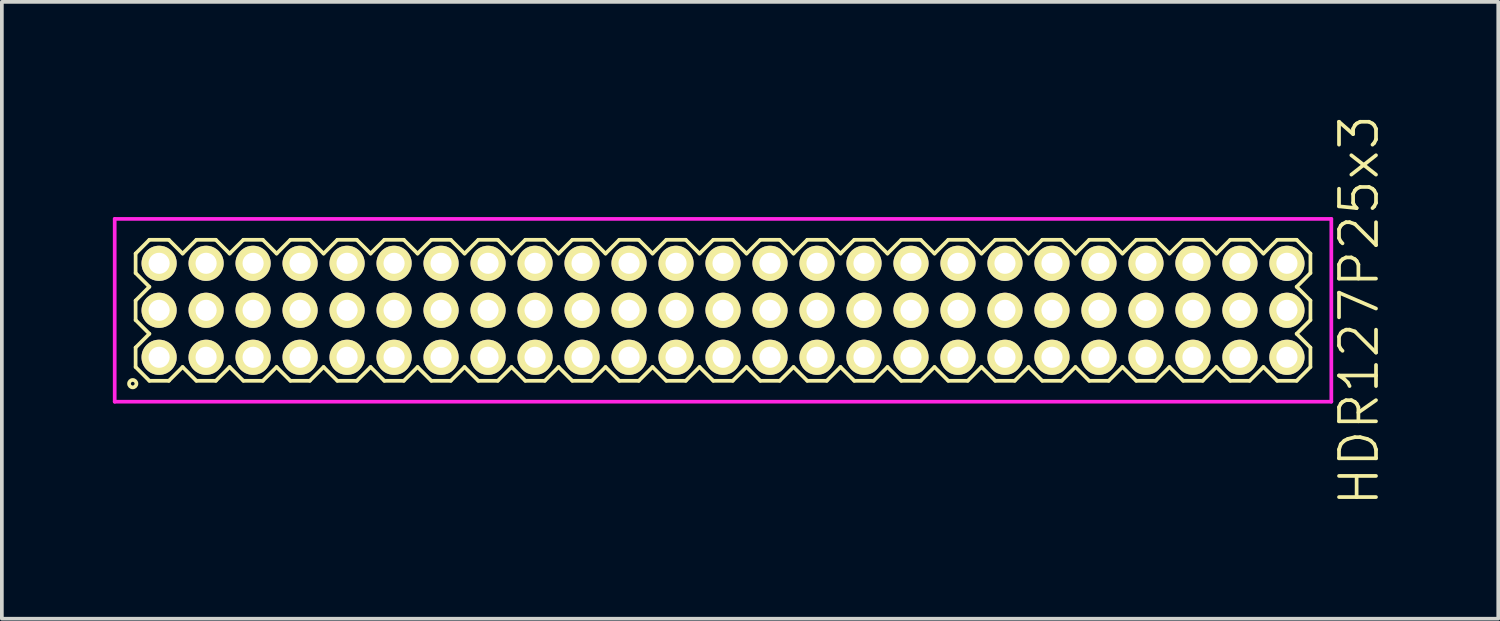
<source format=kicad_pcb>
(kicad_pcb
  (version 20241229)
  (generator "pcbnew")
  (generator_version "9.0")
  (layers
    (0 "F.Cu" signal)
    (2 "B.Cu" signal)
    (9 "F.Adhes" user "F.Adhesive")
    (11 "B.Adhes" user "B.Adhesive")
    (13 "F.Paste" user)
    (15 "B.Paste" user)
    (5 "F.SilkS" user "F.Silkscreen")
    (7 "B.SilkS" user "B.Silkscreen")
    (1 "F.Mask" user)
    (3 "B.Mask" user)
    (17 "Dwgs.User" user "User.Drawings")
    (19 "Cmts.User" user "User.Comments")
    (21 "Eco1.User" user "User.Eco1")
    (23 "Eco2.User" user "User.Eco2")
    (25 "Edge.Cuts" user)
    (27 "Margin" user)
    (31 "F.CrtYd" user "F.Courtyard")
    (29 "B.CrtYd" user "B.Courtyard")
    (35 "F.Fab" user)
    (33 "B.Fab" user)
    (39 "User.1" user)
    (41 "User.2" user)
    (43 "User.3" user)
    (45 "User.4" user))
  (footprint "HDR127P25x3"
    (layer "F.Cu")
    (at 16.49 5.336)
    (property "Reference" "HDR127P25x3" (at 17.19 0 90) (layer "F.SilkS") (effects (font (size 1 1) (thickness 0.1))))
    (attr through_hole)
    (fp_line (start -15.875 -1.533) (end -15.503 -1.905) (stroke (width 0.1) (type solid)) (layer "F.SilkS"))
    (fp_line (start -15.875 -1.007) (end -15.875 -1.533) (stroke (width 0.1) (type solid)) (layer "F.SilkS"))
    (fp_line (start -15.875 -0.263) (end -15.503 -0.635) (stroke (width 0.1) (type solid)) (layer "F.SilkS"))
    (fp_line (start -15.875 0.263) (end -15.875 -0.263) (stroke (width 0.1) (type solid)) (layer "F.SilkS"))
    (fp_line (start -15.875 1.007) (end -15.503 0.635) (stroke (width 0.1) (type solid)) (layer "F.SilkS"))
    (fp_line (start -15.875 1.533) (end -15.875 1.007) (stroke (width 0.1) (type solid)) (layer "F.SilkS"))
    (fp_line (start -15.503 -1.905) (end -14.977 -1.905) (stroke (width 0.1) (type solid)) (layer "F.SilkS"))
    (fp_line (start -15.503 -0.635) (end -15.875 -1.007) (stroke (width 0.1) (type solid)) (layer "F.SilkS"))
    (fp_line (start -15.503 0.635) (end -15.875 0.263) (stroke (width 0.1) (type solid)) (layer "F.SilkS"))
    (fp_line (start -15.503 1.905) (end -15.875 1.533) (stroke (width 0.1) (type solid)) (layer "F.SilkS"))
    (fp_line (start -14.977 -1.905) (end -14.605 -1.533) (stroke (width 0.1) (type solid)) (layer "F.SilkS"))
    (fp_line (start -14.977 1.905) (end -15.503 1.905) (stroke (width 0.1) (type solid)) (layer "F.SilkS"))
    (fp_line (start -14.605 -1.533) (end -14.233 -1.905) (stroke (width 0.1) (type solid)) (layer "F.SilkS"))
    (fp_line (start -14.605 1.533) (end -14.977 1.905) (stroke (width 0.1) (type solid)) (layer "F.SilkS"))
    (fp_line (start -14.233 -1.905) (end -13.707 -1.905) (stroke (width 0.1) (type solid)) (layer "F.SilkS"))
    (fp_line (start -14.233 1.905) (end -14.605 1.533) (stroke (width 0.1) (type solid)) (layer "F.SilkS"))
    (fp_line (start -13.707 -1.905) (end -13.335 -1.533) (stroke (width 0.1) (type solid)) (layer "F.SilkS"))
    (fp_line (start -13.707 1.905) (end -14.233 1.905) (stroke (width 0.1) (type solid)) (layer "F.SilkS"))
    (fp_line (start -13.335 -1.533) (end -12.963 -1.905) (stroke (width 0.1) (type solid)) (layer "F.SilkS"))
    (fp_line (start -13.335 1.533) (end -13.707 1.905) (stroke (width 0.1) (type solid)) (layer "F.SilkS"))
    (fp_line (start -12.963 -1.905) (end -12.437 -1.905) (stroke (width 0.1) (type solid)) (layer "F.SilkS"))
    (fp_line (start -12.963 1.905) (end -13.335 1.533) (stroke (width 0.1) (type solid)) (layer "F.SilkS"))
    (fp_line (start -12.437 -1.905) (end -12.065 -1.533) (stroke (width 0.1) (type solid)) (layer "F.SilkS"))
    (fp_line (start -12.437 1.905) (end -12.963 1.905) (stroke (width 0.1) (type solid)) (layer "F.SilkS"))
    (fp_line (start -12.065 -1.533) (end -11.693 -1.905) (stroke (width 0.1) (type solid)) (layer "F.SilkS"))
    (fp_line (start -12.065 1.533) (end -12.437 1.905) (stroke (width 0.1) (type solid)) (layer "F.SilkS"))
    (fp_line (start -11.693 -1.905) (end -11.167 -1.905) (stroke (width 0.1) (type solid)) (layer "F.SilkS"))
    (fp_line (start -11.693 1.905) (end -12.065 1.533) (stroke (width 0.1) (type solid)) (layer "F.SilkS"))
    (fp_line (start -11.167 -1.905) (end -10.795 -1.533) (stroke (width 0.1) (type solid)) (layer "F.SilkS"))
    (fp_line (start -11.167 1.905) (end -11.693 1.905) (stroke (width 0.1) (type solid)) (layer "F.SilkS"))
    (fp_line (start -10.795 -1.533) (end -10.423 -1.905) (stroke (width 0.1) (type solid)) (layer "F.SilkS"))
    (fp_line (start -10.795 1.533) (end -11.167 1.905) (stroke (width 0.1) (type solid)) (layer "F.SilkS"))
    (fp_line (start -10.423 -1.905) (end -9.897 -1.905) (stroke (width 0.1) (type solid)) (layer "F.SilkS"))
    (fp_line (start -10.423 1.905) (end -10.795 1.533) (stroke (width 0.1) (type solid)) (layer "F.SilkS"))
    (fp_line (start -9.897 -1.905) (end -9.525 -1.533) (stroke (width 0.1) (type solid)) (layer "F.SilkS"))
    (fp_line (start -9.897 1.905) (end -10.423 1.905) (stroke (width 0.1) (type solid)) (layer "F.SilkS"))
    (fp_line (start -9.525 -1.533) (end -9.153 -1.905) (stroke (width 0.1) (type solid)) (layer "F.SilkS"))
    (fp_line (start -9.525 1.533) (end -9.897 1.905) (stroke (width 0.1) (type solid)) (layer "F.SilkS"))
    (fp_line (start -9.153 -1.905) (end -8.627 -1.905) (stroke (width 0.1) (type solid)) (layer "F.SilkS"))
    (fp_line (start -9.153 1.905) (end -9.525 1.533) (stroke (width 0.1) (type solid)) (layer "F.SilkS"))
    (fp_line (start -8.627 -1.905) (end -8.255 -1.533) (stroke (width 0.1) (type solid)) (layer "F.SilkS"))
    (fp_line (start -8.627 1.905) (end -9.153 1.905) (stroke (width 0.1) (type solid)) (layer "F.SilkS"))
    (fp_line (start -8.255 -1.533) (end -7.883 -1.905) (stroke (width 0.1) (type solid)) (layer "F.SilkS"))
    (fp_line (start -8.255 1.533) (end -8.627 1.905) (stroke (width 0.1) (type solid)) (layer "F.SilkS"))
    (fp_line (start -7.883 -1.905) (end -7.357 -1.905) (stroke (width 0.1) (type solid)) (layer "F.SilkS"))
    (fp_line (start -7.883 1.905) (end -8.255 1.533) (stroke (width 0.1) (type solid)) (layer "F.SilkS"))
    (fp_line (start -7.357 -1.905) (end -6.985 -1.533) (stroke (width 0.1) (type solid)) (layer "F.SilkS"))
    (fp_line (start -7.357 1.905) (end -7.883 1.905) (stroke (width 0.1) (type solid)) (layer "F.SilkS"))
    (fp_line (start -6.985 -1.533) (end -6.613 -1.905) (stroke (width 0.1) (type solid)) (layer "F.SilkS"))
    (fp_line (start -6.985 1.533) (end -7.357 1.905) (stroke (width 0.1) (type solid)) (layer "F.SilkS"))
    (fp_line (start -6.613 -1.905) (end -6.087 -1.905) (stroke (width 0.1) (type solid)) (layer "F.SilkS"))
    (fp_line (start -6.613 1.905) (end -6.985 1.533) (stroke (width 0.1) (type solid)) (layer "F.SilkS"))
    (fp_line (start -6.087 -1.905) (end -5.715 -1.533) (stroke (width 0.1) (type solid)) (layer "F.SilkS"))
    (fp_line (start -6.087 1.905) (end -6.613 1.905) (stroke (width 0.1) (type solid)) (layer "F.SilkS"))
    (fp_line (start -5.715 -1.533) (end -5.343 -1.905) (stroke (width 0.1) (type solid)) (layer "F.SilkS"))
    (fp_line (start -5.715 1.533) (end -6.087 1.905) (stroke (width 0.1) (type solid)) (layer "F.SilkS"))
    (fp_line (start -5.343 -1.905) (end -4.817 -1.905) (stroke (width 0.1) (type solid)) (layer "F.SilkS"))
    (fp_line (start -5.343 1.905) (end -5.715 1.533) (stroke (width 0.1) (type solid)) (layer "F.SilkS"))
    (fp_line (start -4.817 -1.905) (end -4.445 -1.533) (stroke (width 0.1) (type solid)) (layer "F.SilkS"))
    (fp_line (start -4.817 1.905) (end -5.343 1.905) (stroke (width 0.1) (type solid)) (layer "F.SilkS"))
    (fp_line (start -4.445 -1.533) (end -4.073 -1.905) (stroke (width 0.1) (type solid)) (layer "F.SilkS"))
    (fp_line (start -4.445 1.533) (end -4.817 1.905) (stroke (width 0.1) (type solid)) (layer "F.SilkS"))
    (fp_line (start -4.073 -1.905) (end -3.547 -1.905) (stroke (width 0.1) (type solid)) (layer "F.SilkS"))
    (fp_line (start -4.073 1.905) (end -4.445 1.533) (stroke (width 0.1) (type solid)) (layer "F.SilkS"))
    (fp_line (start -3.547 -1.905) (end -3.175 -1.533) (stroke (width 0.1) (type solid)) (layer "F.SilkS"))
    (fp_line (start -3.547 1.905) (end -4.073 1.905) (stroke (width 0.1) (type solid)) (layer "F.SilkS"))
    (fp_line (start -3.175 -1.533) (end -2.803 -1.905) (stroke (width 0.1) (type solid)) (layer "F.SilkS"))
    (fp_line (start -3.175 1.533) (end -3.547 1.905) (stroke (width 0.1) (type solid)) (layer "F.SilkS"))
    (fp_line (start -2.803 -1.905) (end -2.277 -1.905) (stroke (width 0.1) (type solid)) (layer "F.SilkS"))
    (fp_line (start -2.803 1.905) (end -3.175 1.533) (stroke (width 0.1) (type solid)) (layer "F.SilkS"))
    (fp_line (start -2.277 -1.905) (end -1.905 -1.533) (stroke (width 0.1) (type solid)) (layer "F.SilkS"))
    (fp_line (start -2.277 1.905) (end -2.803 1.905) (stroke (width 0.1) (type solid)) (layer "F.SilkS"))
    (fp_line (start -1.905 -1.533) (end -1.533 -1.905) (stroke (width 0.1) (type solid)) (layer "F.SilkS"))
    (fp_line (start -1.905 1.533) (end -2.277 1.905) (stroke (width 0.1) (type solid)) (layer "F.SilkS"))
    (fp_line (start -1.533 -1.905) (end -1.007 -1.905) (stroke (width 0.1) (type solid)) (layer "F.SilkS"))
    (fp_line (start -1.533 1.905) (end -1.905 1.533) (stroke (width 0.1) (type solid)) (layer "F.SilkS"))
    (fp_line (start -1.007 -1.905) (end -0.635 -1.533) (stroke (width 0.1) (type solid)) (layer "F.SilkS"))
    (fp_line (start -1.007 1.905) (end -1.533 1.905) (stroke (width 0.1) (type solid)) (layer "F.SilkS"))
    (fp_line (start -0.635 -1.533) (end -0.263 -1.905) (stroke (width 0.1) (type solid)) (layer "F.SilkS"))
    (fp_line (start -0.635 1.533) (end -1.007 1.905) (stroke (width 0.1) (type solid)) (layer "F.SilkS"))
    (fp_line (start -0.263 -1.905) (end 0.263 -1.905) (stroke (width 0.1) (type solid)) (layer "F.SilkS"))
    (fp_line (start -0.263 1.905) (end -0.635 1.533) (stroke (width 0.1) (type solid)) (layer "F.SilkS"))
    (fp_line (start 0.263 -1.905) (end 0.635 -1.533) (stroke (width 0.1) (type solid)) (layer "F.SilkS"))
    (fp_line (start 0.263 1.905) (end -0.263 1.905) (stroke (width 0.1) (type solid)) (layer "F.SilkS"))
    (fp_line (start 0.635 -1.533) (end 1.007 -1.905) (stroke (width 0.1) (type solid)) (layer "F.SilkS"))
    (fp_line (start 0.635 1.533) (end 0.263 1.905) (stroke (width 0.1) (type solid)) (layer "F.SilkS"))
    (fp_line (start 1.007 -1.905) (end 1.533 -1.905) (stroke (width 0.1) (type solid)) (layer "F.SilkS"))
    (fp_line (start 1.007 1.905) (end 0.635 1.533) (stroke (width 0.1) (type solid)) (layer "F.SilkS"))
    (fp_line (start 1.533 -1.905) (end 1.905 -1.533) (stroke (width 0.1) (type solid)) (layer "F.SilkS"))
    (fp_line (start 1.533 1.905) (end 1.007 1.905) (stroke (width 0.1) (type solid)) (layer "F.SilkS"))
    (fp_line (start 1.905 -1.533) (end 2.277 -1.905) (stroke (width 0.1) (type solid)) (layer "F.SilkS"))
    (fp_line (start 1.905 1.533) (end 1.533 1.905) (stroke (width 0.1) (type solid)) (layer "F.SilkS"))
    (fp_line (start 2.277 -1.905) (end 2.803 -1.905) (stroke (width 0.1) (type solid)) (layer "F.SilkS"))
    (fp_line (start 2.277 1.905) (end 1.905 1.533) (stroke (width 0.1) (type solid)) (layer "F.SilkS"))
    (fp_line (start 2.803 -1.905) (end 3.175 -1.533) (stroke (width 0.1) (type solid)) (layer "F.SilkS"))
    (fp_line (start 2.803 1.905) (end 2.277 1.905) (stroke (width 0.1) (type solid)) (layer "F.SilkS"))
    (fp_line (start 3.175 -1.533) (end 3.547 -1.905) (stroke (width 0.1) (type solid)) (layer "F.SilkS"))
    (fp_line (start 3.175 1.533) (end 2.803 1.905) (stroke (width 0.1) (type solid)) (layer "F.SilkS"))
    (fp_line (start 3.547 -1.905) (end 4.073 -1.905) (stroke (width 0.1) (type solid)) (layer "F.SilkS"))
    (fp_line (start 3.547 1.905) (end 3.175 1.533) (stroke (width 0.1) (type solid)) (layer "F.SilkS"))
    (fp_line (start 4.073 -1.905) (end 4.445 -1.533) (stroke (width 0.1) (type solid)) (layer "F.SilkS"))
    (fp_line (start 4.073 1.905) (end 3.547 1.905) (stroke (width 0.1) (type solid)) (layer "F.SilkS"))
    (fp_line (start 4.445 -1.533) (end 4.817 -1.905) (stroke (width 0.1) (type solid)) (layer "F.SilkS"))
    (fp_line (start 4.445 1.533) (end 4.073 1.905) (stroke (width 0.1) (type solid)) (layer "F.SilkS"))
    (fp_line (start 4.817 -1.905) (end 5.343 -1.905) (stroke (width 0.1) (type solid)) (layer "F.SilkS"))
    (fp_line (start 4.817 1.905) (end 4.445 1.533) (stroke (width 0.1) (type solid)) (layer "F.SilkS"))
    (fp_line (start 5.343 -1.905) (end 5.715 -1.533) (stroke (width 0.1) (type solid)) (layer "F.SilkS"))
    (fp_line (start 5.343 1.905) (end 4.817 1.905) (stroke (width 0.1) (type solid)) (layer "F.SilkS"))
    (fp_line (start 5.715 -1.533) (end 6.087 -1.905) (stroke (width 0.1) (type solid)) (layer "F.SilkS"))
    (fp_line (start 5.715 1.533) (end 5.343 1.905) (stroke (width 0.1) (type solid)) (layer "F.SilkS"))
    (fp_line (start 6.087 -1.905) (end 6.613 -1.905) (stroke (width 0.1) (type solid)) (layer "F.SilkS"))
    (fp_line (start 6.087 1.905) (end 5.715 1.533) (stroke (width 0.1) (type solid)) (layer "F.SilkS"))
    (fp_line (start 6.613 -1.905) (end 6.985 -1.533) (stroke (width 0.1) (type solid)) (layer "F.SilkS"))
    (fp_line (start 6.613 1.905) (end 6.087 1.905) (stroke (width 0.1) (type solid)) (layer "F.SilkS"))
    (fp_line (start 6.985 -1.533) (end 7.357 -1.905) (stroke (width 0.1) (type solid)) (layer "F.SilkS"))
    (fp_line (start 6.985 1.533) (end 6.613 1.905) (stroke (width 0.1) (type solid)) (layer "F.SilkS"))
    (fp_line (start 7.357 -1.905) (end 7.883 -1.905) (stroke (width 0.1) (type solid)) (layer "F.SilkS"))
    (fp_line (start 7.357 1.905) (end 6.985 1.533) (stroke (width 0.1) (type solid)) (layer "F.SilkS"))
    (fp_line (start 7.883 -1.905) (end 8.255 -1.533) (stroke (width 0.1) (type solid)) (layer "F.SilkS"))
    (fp_line (start 7.883 1.905) (end 7.357 1.905) (stroke (width 0.1) (type solid)) (layer "F.SilkS"))
    (fp_line (start 8.255 -1.533) (end 8.627 -1.905) (stroke (width 0.1) (type solid)) (layer "F.SilkS"))
    (fp_line (start 8.255 1.533) (end 7.883 1.905) (stroke (width 0.1) (type solid)) (layer "F.SilkS"))
    (fp_line (start 8.627 -1.905) (end 9.153 -1.905) (stroke (width 0.1) (type solid)) (layer "F.SilkS"))
    (fp_line (start 8.627 1.905) (end 8.255 1.533) (stroke (width 0.1) (type solid)) (layer "F.SilkS"))
    (fp_line (start 9.153 -1.905) (end 9.525 -1.533) (stroke (width 0.1) (type solid)) (layer "F.SilkS"))
    (fp_line (start 9.153 1.905) (end 8.627 1.905) (stroke (width 0.1) (type solid)) (layer "F.SilkS"))
    (fp_line (start 9.525 -1.533) (end 9.897 -1.905) (stroke (width 0.1) (type solid)) (layer "F.SilkS"))
    (fp_line (start 9.525 1.533) (end 9.153 1.905) (stroke (width 0.1) (type solid)) (layer "F.SilkS"))
    (fp_line (start 9.897 -1.905) (end 10.423 -1.905) (stroke (width 0.1) (type solid)) (layer "F.SilkS"))
    (fp_line (start 9.897 1.905) (end 9.525 1.533) (stroke (width 0.1) (type solid)) (layer "F.SilkS"))
    (fp_line (start 10.423 -1.905) (end 10.795 -1.533) (stroke (width 0.1) (type solid)) (layer "F.SilkS"))
    (fp_line (start 10.423 1.905) (end 9.897 1.905) (stroke (width 0.1) (type solid)) (layer "F.SilkS"))
    (fp_line (start 10.795 -1.533) (end 11.167 -1.905) (stroke (width 0.1) (type solid)) (layer "F.SilkS"))
    (fp_line (start 10.795 1.533) (end 10.423 1.905) (stroke (width 0.1) (type solid)) (layer "F.SilkS"))
    (fp_line (start 11.167 -1.905) (end 11.693 -1.905) (stroke (width 0.1) (type solid)) (layer "F.SilkS"))
    (fp_line (start 11.167 1.905) (end 10.795 1.533) (stroke (width 0.1) (type solid)) (layer "F.SilkS"))
    (fp_line (start 11.693 -1.905) (end 12.065 -1.533) (stroke (width 0.1) (type solid)) (layer "F.SilkS"))
    (fp_line (start 11.693 1.905) (end 11.167 1.905) (stroke (width 0.1) (type solid)) (layer "F.SilkS"))
    (fp_line (start 12.065 -1.533) (end 12.437 -1.905) (stroke (width 0.1) (type solid)) (layer "F.SilkS"))
    (fp_line (start 12.065 1.533) (end 11.693 1.905) (stroke (width 0.1) (type solid)) (layer "F.SilkS"))
    (fp_line (start 12.437 -1.905) (end 12.963 -1.905) (stroke (width 0.1) (type solid)) (layer "F.SilkS"))
    (fp_line (start 12.437 1.905) (end 12.065 1.533) (stroke (width 0.1) (type solid)) (layer "F.SilkS"))
    (fp_line (start 12.963 -1.905) (end 13.335 -1.533) (stroke (width 0.1) (type solid)) (layer "F.SilkS"))
    (fp_line (start 12.963 1.905) (end 12.437 1.905) (stroke (width 0.1) (type solid)) (layer "F.SilkS"))
    (fp_line (start 13.335 -1.533) (end 13.707 -1.905) (stroke (width 0.1) (type solid)) (layer "F.SilkS"))
    (fp_line (start 13.335 1.533) (end 12.963 1.905) (stroke (width 0.1) (type solid)) (layer "F.SilkS"))
    (fp_line (start 13.707 -1.905) (end 14.233 -1.905) (stroke (width 0.1) (type solid)) (layer "F.SilkS"))
    (fp_line (start 13.707 1.905) (end 13.335 1.533) (stroke (width 0.1) (type solid)) (layer "F.SilkS"))
    (fp_line (start 14.233 -1.905) (end 14.605 -1.533) (stroke (width 0.1) (type solid)) (layer "F.SilkS"))
    (fp_line (start 14.233 1.905) (end 13.707 1.905) (stroke (width 0.1) (type solid)) (layer "F.SilkS"))
    (fp_line (start 14.605 -1.533) (end 14.977 -1.905) (stroke (width 0.1) (type solid)) (layer "F.SilkS"))
    (fp_line (start 14.605 1.533) (end 14.233 1.905) (stroke (width 0.1) (type solid)) (layer "F.SilkS"))
    (fp_line (start 14.977 -1.905) (end 15.503 -1.905) (stroke (width 0.1) (type solid)) (layer "F.SilkS"))
    (fp_line (start 14.977 1.905) (end 14.605 1.533) (stroke (width 0.1) (type solid)) (layer "F.SilkS"))
    (fp_line (start 15.503 -1.905) (end 15.875 -1.533) (stroke (width 0.1) (type solid)) (layer "F.SilkS"))
    (fp_line (start 15.503 -0.635) (end 15.875 -0.263) (stroke (width 0.1) (type solid)) (layer "F.SilkS"))
    (fp_line (start 15.503 0.635) (end 15.875 1.007) (stroke (width 0.1) (type solid)) (layer "F.SilkS"))
    (fp_line (start 15.503 1.905) (end 14.977 1.905) (stroke (width 0.1) (type solid)) (layer "F.SilkS"))
    (fp_line (start 15.875 -1.533) (end 15.875 -1.007) (stroke (width 0.1) (type solid)) (layer "F.SilkS"))
    (fp_line (start 15.875 -1.007) (end 15.503 -0.635) (stroke (width 0.1) (type solid)) (layer "F.SilkS"))
    (fp_line (start 15.875 -0.263) (end 15.875 0.263) (stroke (width 0.1) (type solid)) (layer "F.SilkS"))
    (fp_line (start 15.875 0.263) (end 15.503 0.635) (stroke (width 0.1) (type solid)) (layer "F.SilkS"))
    (fp_line (start 15.875 1.007) (end 15.875 1.533) (stroke (width 0.1) (type solid)) (layer "F.SilkS"))
    (fp_line (start 15.875 1.533) (end 15.503 1.905) (stroke (width 0.1) (type solid)) (layer "F.SilkS"))
    (fp_circle (center -15.953 1.983) (end -15.853 1.983) (stroke (width 0.1) (type solid)) (fill no) (layer "F.SilkS"))
    (fp_line (start -16.44 -2.47) (end -16.44 2.47) (stroke (width 0.1) (type solid)) (layer "F.CrtYd"))
    (fp_line (start -16.44 2.47) (end 16.44 2.47) (stroke (width 0.1) (type solid)) (layer "F.CrtYd"))
    (fp_line (start 16.44 -2.47) (end -16.44 -2.47) (stroke (width 0.1) (type solid)) (layer "F.CrtYd"))
    (fp_line (start 16.44 2.47) (end 16.44 -2.47) (stroke (width 0.1) (type solid)) (layer "F.CrtYd"))
    (pad "1" thru_hole oval (at -15.24 1.27) (size 0.95 0.95) (drill 0.57) (layers "*.Cu" "*.Mask" "F.SilkS"))
    (pad "2" thru_hole oval (at -15.24 0) (size 0.95 0.95) (drill 0.57) (layers "*.Cu" "*.Mask" "F.SilkS"))
    (pad "3" thru_hole oval (at -15.24 -1.27) (size 0.95 0.95) (drill 0.57) (layers "*.Cu" "*.Mask" "F.SilkS"))
    (pad "4" thru_hole oval (at -13.97 1.27) (size 0.95 0.95) (drill 0.57) (layers "*.Cu" "*.Mask" "F.SilkS"))
    (pad "5" thru_hole oval (at -13.97 0) (size 0.95 0.95) (drill 0.57) (layers "*.Cu" "*.Mask" "F.SilkS"))
    (pad "6" thru_hole oval (at -13.97 -1.27) (size 0.95 0.95) (drill 0.57) (layers "*.Cu" "*.Mask" "F.SilkS"))
    (pad "7" thru_hole oval (at -12.7 1.27) (size 0.95 0.95) (drill 0.57) (layers "*.Cu" "*.Mask" "F.SilkS"))
    (pad "8" thru_hole oval (at -12.7 0) (size 0.95 0.95) (drill 0.57) (layers "*.Cu" "*.Mask" "F.SilkS"))
    (pad "9" thru_hole oval (at -12.7 -1.27) (size 0.95 0.95) (drill 0.57) (layers "*.Cu" "*.Mask" "F.SilkS"))
    (pad "10" thru_hole oval (at -11.43 1.27) (size 0.95 0.95) (drill 0.57) (layers "*.Cu" "*.Mask" "F.SilkS"))
    (pad "11" thru_hole oval (at -11.43 0) (size 0.95 0.95) (drill 0.57) (layers "*.Cu" "*.Mask" "F.SilkS"))
    (pad "12" thru_hole oval (at -11.43 -1.27) (size 0.95 0.95) (drill 0.57) (layers "*.Cu" "*.Mask" "F.SilkS"))
    (pad "13" thru_hole oval (at -10.16 1.27) (size 0.95 0.95) (drill 0.57) (layers "*.Cu" "*.Mask" "F.SilkS"))
    (pad "14" thru_hole oval (at -10.16 0) (size 0.95 0.95) (drill 0.57) (layers "*.Cu" "*.Mask" "F.SilkS"))
    (pad "15" thru_hole oval (at -10.16 -1.27) (size 0.95 0.95) (drill 0.57) (layers "*.Cu" "*.Mask" "F.SilkS"))
    (pad "16" thru_hole oval (at -8.89 1.27) (size 0.95 0.95) (drill 0.57) (layers "*.Cu" "*.Mask" "F.SilkS"))
    (pad "17" thru_hole oval (at -8.89 0) (size 0.95 0.95) (drill 0.57) (layers "*.Cu" "*.Mask" "F.SilkS"))
    (pad "18" thru_hole oval (at -8.89 -1.27) (size 0.95 0.95) (drill 0.57) (layers "*.Cu" "*.Mask" "F.SilkS"))
    (pad "19" thru_hole oval (at -7.62 1.27) (size 0.95 0.95) (drill 0.57) (layers "*.Cu" "*.Mask" "F.SilkS"))
    (pad "20" thru_hole oval (at -7.62 0) (size 0.95 0.95) (drill 0.57) (layers "*.Cu" "*.Mask" "F.SilkS"))
    (pad "21" thru_hole oval (at -7.62 -1.27) (size 0.95 0.95) (drill 0.57) (layers "*.Cu" "*.Mask" "F.SilkS"))
    (pad "22" thru_hole oval (at -6.35 1.27) (size 0.95 0.95) (drill 0.57) (layers "*.Cu" "*.Mask" "F.SilkS"))
    (pad "23" thru_hole oval (at -6.35 0) (size 0.95 0.95) (drill 0.57) (layers "*.Cu" "*.Mask" "F.SilkS"))
    (pad "24" thru_hole oval (at -6.35 -1.27) (size 0.95 0.95) (drill 0.57) (layers "*.Cu" "*.Mask" "F.SilkS"))
    (pad "25" thru_hole oval (at -5.08 1.27) (size 0.95 0.95) (drill 0.57) (layers "*.Cu" "*.Mask" "F.SilkS"))
    (pad "26" thru_hole oval (at -5.08 0) (size 0.95 0.95) (drill 0.57) (layers "*.Cu" "*.Mask" "F.SilkS"))
    (pad "27" thru_hole oval (at -5.08 -1.27) (size 0.95 0.95) (drill 0.57) (layers "*.Cu" "*.Mask" "F.SilkS"))
    (pad "28" thru_hole oval (at -3.81 1.27) (size 0.95 0.95) (drill 0.57) (layers "*.Cu" "*.Mask" "F.SilkS"))
    (pad "29" thru_hole oval (at -3.81 0) (size 0.95 0.95) (drill 0.57) (layers "*.Cu" "*.Mask" "F.SilkS"))
    (pad "30" thru_hole oval (at -3.81 -1.27) (size 0.95 0.95) (drill 0.57) (layers "*.Cu" "*.Mask" "F.SilkS"))
    (pad "31" thru_hole oval (at -2.54 1.27) (size 0.95 0.95) (drill 0.57) (layers "*.Cu" "*.Mask" "F.SilkS"))
    (pad "32" thru_hole oval (at -2.54 0) (size 0.95 0.95) (drill 0.57) (layers "*.Cu" "*.Mask" "F.SilkS"))
    (pad "33" thru_hole oval (at -2.54 -1.27) (size 0.95 0.95) (drill 0.57) (layers "*.Cu" "*.Mask" "F.SilkS"))
    (pad "34" thru_hole oval (at -1.27 1.27) (size 0.95 0.95) (drill 0.57) (layers "*.Cu" "*.Mask" "F.SilkS"))
    (pad "35" thru_hole oval (at -1.27 0) (size 0.95 0.95) (drill 0.57) (layers "*.Cu" "*.Mask" "F.SilkS"))
    (pad "36" thru_hole oval (at -1.27 -1.27) (size 0.95 0.95) (drill 0.57) (layers "*.Cu" "*.Mask" "F.SilkS"))
    (pad "37" thru_hole oval (at 0 1.27) (size 0.95 0.95) (drill 0.57) (layers "*.Cu" "*.Mask" "F.SilkS"))
    (pad "38" thru_hole oval (at 0 0) (size 0.95 0.95) (drill 0.57) (layers "*.Cu" "*.Mask" "F.SilkS"))
    (pad "39" thru_hole oval (at 0 -1.27) (size 0.95 0.95) (drill 0.57) (layers "*.Cu" "*.Mask" "F.SilkS"))
    (pad "40" thru_hole oval (at 1.27 1.27) (size 0.95 0.95) (drill 0.57) (layers "*.Cu" "*.Mask" "F.SilkS"))
    (pad "41" thru_hole oval (at 1.27 0) (size 0.95 0.95) (drill 0.57) (layers "*.Cu" "*.Mask" "F.SilkS"))
    (pad "42" thru_hole oval (at 1.27 -1.27) (size 0.95 0.95) (drill 0.57) (layers "*.Cu" "*.Mask" "F.SilkS"))
    (pad "43" thru_hole oval (at 2.54 1.27) (size 0.95 0.95) (drill 0.57) (layers "*.Cu" "*.Mask" "F.SilkS"))
    (pad "44" thru_hole oval (at 2.54 0) (size 0.95 0.95) (drill 0.57) (layers "*.Cu" "*.Mask" "F.SilkS"))
    (pad "45" thru_hole oval (at 2.54 -1.27) (size 0.95 0.95) (drill 0.57) (layers "*.Cu" "*.Mask" "F.SilkS"))
    (pad "46" thru_hole oval (at 3.81 1.27) (size 0.95 0.95) (drill 0.57) (layers "*.Cu" "*.Mask" "F.SilkS"))
    (pad "47" thru_hole oval (at 3.81 0) (size 0.95 0.95) (drill 0.57) (layers "*.Cu" "*.Mask" "F.SilkS"))
    (pad "48" thru_hole oval (at 3.81 -1.27) (size 0.95 0.95) (drill 0.57) (layers "*.Cu" "*.Mask" "F.SilkS"))
    (pad "49" thru_hole oval (at 5.08 1.27) (size 0.95 0.95) (drill 0.57) (layers "*.Cu" "*.Mask" "F.SilkS"))
    (pad "50" thru_hole oval (at 5.08 0) (size 0.95 0.95) (drill 0.57) (layers "*.Cu" "*.Mask" "F.SilkS"))
    (pad "51" thru_hole oval (at 5.08 -1.27) (size 0.95 0.95) (drill 0.57) (layers "*.Cu" "*.Mask" "F.SilkS"))
    (pad "52" thru_hole oval (at 6.35 1.27) (size 0.95 0.95) (drill 0.57) (layers "*.Cu" "*.Mask" "F.SilkS"))
    (pad "53" thru_hole oval (at 6.35 0) (size 0.95 0.95) (drill 0.57) (layers "*.Cu" "*.Mask" "F.SilkS"))
    (pad "54" thru_hole oval (at 6.35 -1.27) (size 0.95 0.95) (drill 0.57) (layers "*.Cu" "*.Mask" "F.SilkS"))
    (pad "55" thru_hole oval (at 7.62 1.27) (size 0.95 0.95) (drill 0.57) (layers "*.Cu" "*.Mask" "F.SilkS"))
    (pad "56" thru_hole oval (at 7.62 0) (size 0.95 0.95) (drill 0.57) (layers "*.Cu" "*.Mask" "F.SilkS"))
    (pad "57" thru_hole oval (at 7.62 -1.27) (size 0.95 0.95) (drill 0.57) (layers "*.Cu" "*.Mask" "F.SilkS"))
    (pad "58" thru_hole oval (at 8.89 1.27) (size 0.95 0.95) (drill 0.57) (layers "*.Cu" "*.Mask" "F.SilkS"))
    (pad "59" thru_hole oval (at 8.89 0) (size 0.95 0.95) (drill 0.57) (layers "*.Cu" "*.Mask" "F.SilkS"))
    (pad "60" thru_hole oval (at 8.89 -1.27) (size 0.95 0.95) (drill 0.57) (layers "*.Cu" "*.Mask" "F.SilkS"))
    (pad "61" thru_hole oval (at 10.16 1.27) (size 0.95 0.95) (drill 0.57) (layers "*.Cu" "*.Mask" "F.SilkS"))
    (pad "62" thru_hole oval (at 10.16 0) (size 0.95 0.95) (drill 0.57) (layers "*.Cu" "*.Mask" "F.SilkS"))
    (pad "63" thru_hole oval (at 10.16 -1.27) (size 0.95 0.95) (drill 0.57) (layers "*.Cu" "*.Mask" "F.SilkS"))
    (pad "64" thru_hole oval (at 11.43 1.27) (size 0.95 0.95) (drill 0.57) (layers "*.Cu" "*.Mask" "F.SilkS"))
    (pad "65" thru_hole oval (at 11.43 0) (size 0.95 0.95) (drill 0.57) (layers "*.Cu" "*.Mask" "F.SilkS"))
    (pad "66" thru_hole oval (at 11.43 -1.27) (size 0.95 0.95) (drill 0.57) (layers "*.Cu" "*.Mask" "F.SilkS"))
    (pad "67" thru_hole oval (at 12.7 1.27) (size 0.95 0.95) (drill 0.57) (layers "*.Cu" "*.Mask" "F.SilkS"))
    (pad "68" thru_hole oval (at 12.7 0) (size 0.95 0.95) (drill 0.57) (layers "*.Cu" "*.Mask" "F.SilkS"))
    (pad "69" thru_hole oval (at 12.7 -1.27) (size 0.95 0.95) (drill 0.57) (layers "*.Cu" "*.Mask" "F.SilkS"))
    (pad "70" thru_hole oval (at 13.97 1.27) (size 0.95 0.95) (drill 0.57) (layers "*.Cu" "*.Mask" "F.SilkS"))
    (pad "71" thru_hole oval (at 13.97 0) (size 0.95 0.95) (drill 0.57) (layers "*.Cu" "*.Mask" "F.SilkS"))
    (pad "72" thru_hole oval (at 13.97 -1.27) (size 0.95 0.95) (drill 0.57) (layers "*.Cu" "*.Mask" "F.SilkS"))
    (pad "73" thru_hole oval (at 15.24 1.27) (size 0.95 0.95) (drill 0.57) (layers "*.Cu" "*.Mask" "F.SilkS"))
    (pad "74" thru_hole oval (at 15.24 0) (size 0.95 0.95) (drill 0.57) (layers "*.Cu" "*.Mask" "F.SilkS"))
    (pad "75" thru_hole oval (at 15.24 -1.27) (size 0.95 0.95) (drill 0.57) (layers "*.Cu" "*.Mask" "F.SilkS")))
  (gr_rect
    (start -3 -3)
    (end 37.441 13.671)
    (stroke (width 0.1) (type default))
    (fill no)
    (layer "Edge.Cuts")))
</source>
